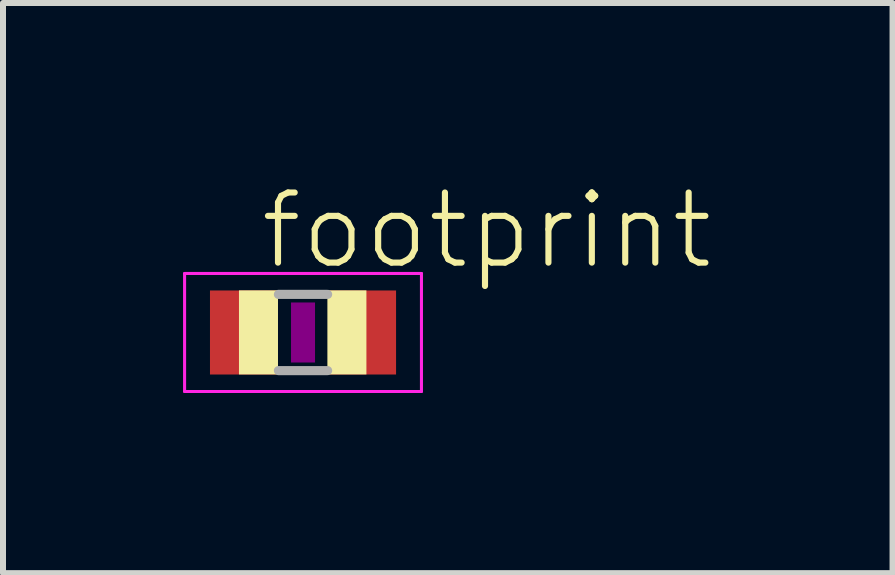
<source format=kicad_pcb>
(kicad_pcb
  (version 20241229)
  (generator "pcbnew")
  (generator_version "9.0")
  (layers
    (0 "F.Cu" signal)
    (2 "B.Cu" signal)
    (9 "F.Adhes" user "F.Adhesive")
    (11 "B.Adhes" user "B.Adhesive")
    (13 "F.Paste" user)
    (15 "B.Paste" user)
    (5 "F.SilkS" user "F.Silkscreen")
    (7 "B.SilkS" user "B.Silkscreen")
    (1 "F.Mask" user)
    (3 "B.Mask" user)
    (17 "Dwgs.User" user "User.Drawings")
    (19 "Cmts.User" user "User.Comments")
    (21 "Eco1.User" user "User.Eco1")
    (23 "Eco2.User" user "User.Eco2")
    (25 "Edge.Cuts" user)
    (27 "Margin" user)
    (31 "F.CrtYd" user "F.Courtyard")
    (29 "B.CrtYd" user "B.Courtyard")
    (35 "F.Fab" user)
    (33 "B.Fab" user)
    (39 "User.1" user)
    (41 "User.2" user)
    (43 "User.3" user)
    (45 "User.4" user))
  (footprint "footprint"
    (layer "F.Cu")
    (at 1.998 2.489)
    (property "Reference" "footprint" (at -0.762 -1.016 0) (layer "F.SilkS") (effects (font (size 1.168 1.168) (thickness 0.102)) (justify left bottom)))
    (fp_poly (pts (xy -1.067 0.699) (xy -0.417 0.699) (xy -0.417 -0.702) (xy -1.067 -0.702)) (stroke (width 0) (type solid)) (fill yes) (layer "F.SilkS"))
    (fp_poly (pts (xy 0.406 0.699) (xy 1.056 0.699) (xy 1.056 -0.702) (xy 0.406 -0.702)) (stroke (width 0) (type solid)) (fill yes) (layer "F.SilkS"))
    (fp_poly (pts (xy -0.2 0.5) (xy 0.2 0.5) (xy 0.2 -0.5) (xy -0.2 -0.5)) (stroke (width 0) (type solid)) (fill yes) (layer "F.Adhes"))
    (fp_line (start -1.973 -0.983) (end 1.973 -0.983) (stroke (width 0.051) (type solid)) (layer "F.CrtYd"))
    (fp_line (start -1.973 0.983) (end -1.973 -0.983) (stroke (width 0.051) (type solid)) (layer "F.CrtYd"))
    (fp_line (start 1.973 -0.983) (end 1.973 0.983) (stroke (width 0.051) (type solid)) (layer "F.CrtYd"))
    (fp_line (start 1.973 0.983) (end -1.973 0.983) (stroke (width 0.051) (type solid)) (layer "F.CrtYd"))
    (fp_line (start -0.41 -0.635) (end 0.41 -0.635) (stroke (width 0.152) (type solid)) (layer "F.Fab"))
    (fp_line (start -0.41 0.635) (end 0.41 0.635) (stroke (width 0.152) (type solid)) (layer "F.Fab"))
    (pad "1" smd rect (at -1 0) (size 1.1 1.4) (layers "F.Cu" "F.Mask" "F.Paste"))
    (pad "2" smd rect (at 1 0) (size 1.1 1.4) (layers "F.Cu" "F.Mask" "F.Paste")))
  (gr_rect
    (start -3 -3)
    (end 11.819 6.498)
    (stroke (width 0.1) (type default))
    (fill no)
    (layer "Edge.Cuts")))
</source>
